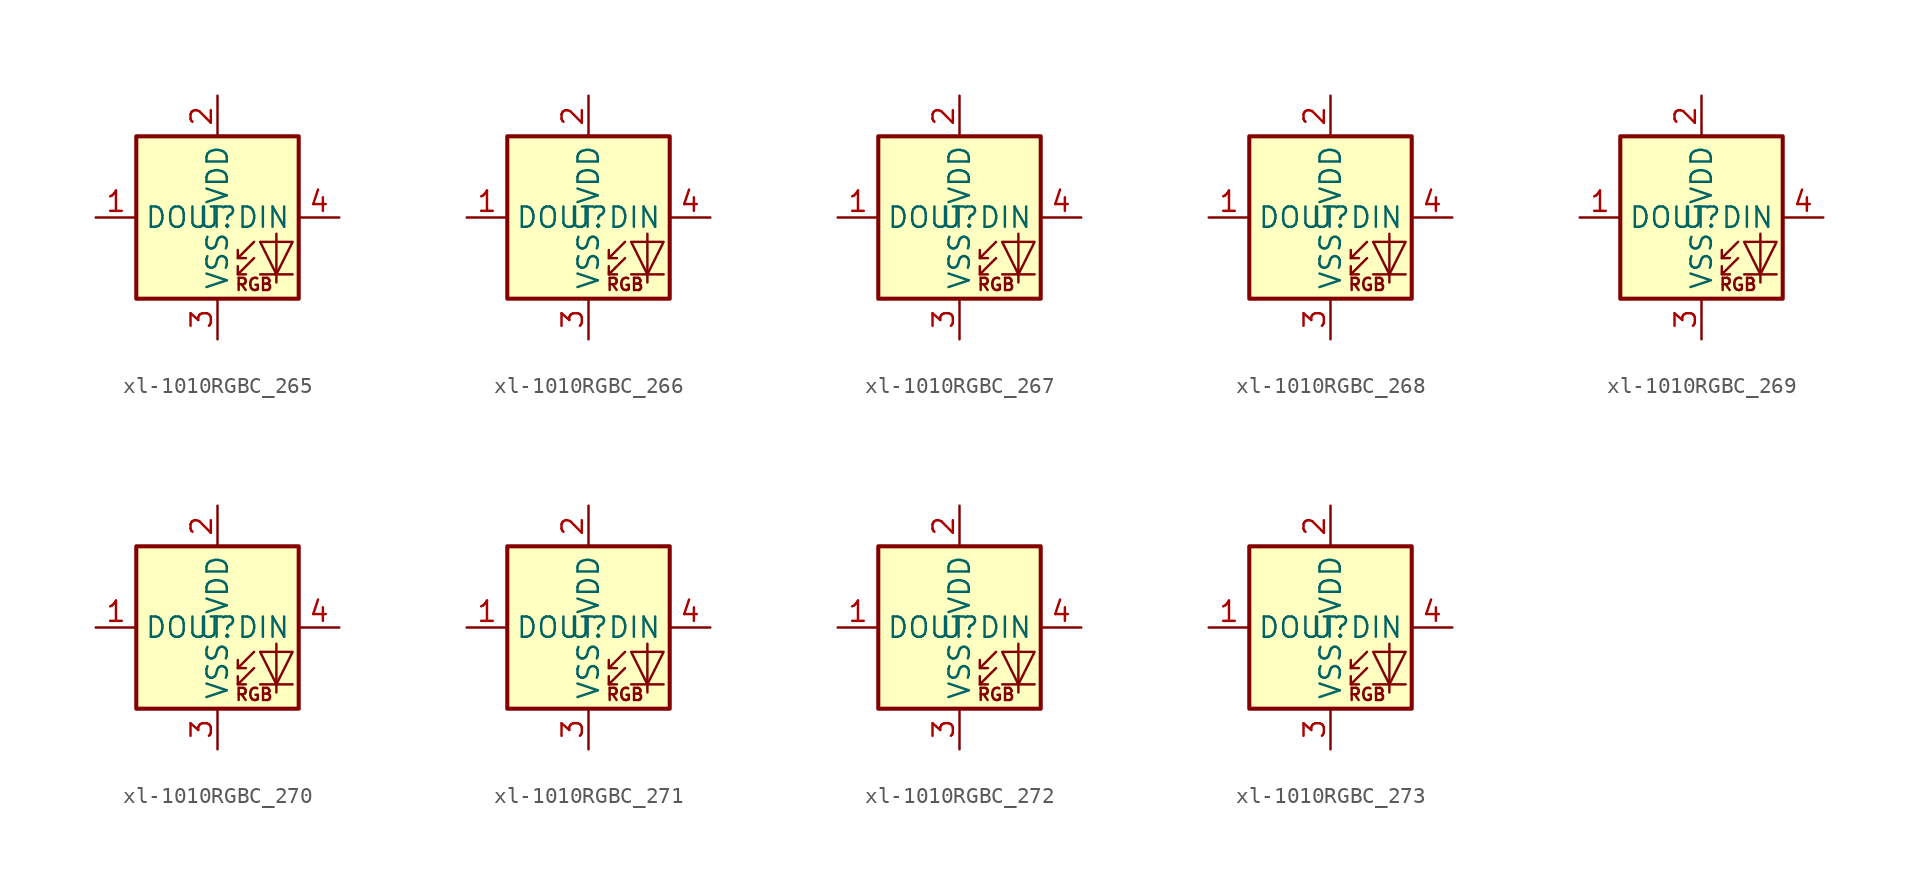
<source format=kicad_sym>
(kicad_symbol_lib
  (version 20231120)
  (generator "kicad_symbol_editor")
  (generator_version "8.0")
  (symbol "xl-1010RGBC_265"
    (property "Reference" "U"
      (at 0 0 0)
      (effects (font (size 1.27 1.27))))
    (property "Value" ""
      (at 0 0 0)
      (effects (font (size 1.27 1.27))))
    (symbol "xl-1010RGBC_265_0_0"
      (text "RGB" (at 2.286 -4.191 0) (effects (font (size 0.762 0.762)))))
    (symbol "xl-1010RGBC_265_0_1"
      (polyline (pts (xy 1.27 -3.556) (xy 1.778 -3.556)) (stroke (width 0) (type default)) (fill (type none)))
      (polyline (pts (xy 1.27 -2.54) (xy 1.778 -2.54)) (stroke (width 0) (type default)) (fill (type none)))
      (polyline (pts (xy 4.699 -3.556) (xy 2.667 -3.556)) (stroke (width 0) (type default)) (fill (type none)))
      (polyline (pts (xy 2.286 -2.54) (xy 1.27 -3.556) (xy 1.27 -3.048)) (stroke (width 0) (type default)) (fill (type none)))
      (polyline (pts (xy 2.286 -1.524) (xy 1.27 -2.54) (xy 1.27 -2.032)) (stroke (width 0) (type default)) (fill (type none)))
      (polyline (pts (xy 3.683 -1.016) (xy 3.683 -3.556) (xy 3.683 -4.064)) (stroke (width 0) (type default)) (fill (type none)))
      (polyline (pts (xy 4.699 -1.524) (xy 2.667 -1.524) (xy 3.683 -3.556) (xy 4.699 -1.524)) (stroke (width 0) (type default)) (fill (type none)))
      (rectangle (start 5.08 5.08) (end -5.08 -5.08) (stroke (width 0.254) (type default)) (fill (type background))))
    (symbol "xl-1010RGBC_265_1_1"
      (pin output line (at -7.62 0 0) (length 2.54) (name "DOUT" (effects (font (size 1.27 1.27)))) (number "1" (effects (font (size 1.27 1.27)))))
      (pin power_in line (at 0 7.62 270) (length 2.54) (name "VDD" (effects (font (size 1.27 1.27)))) (number "2" (effects (font (size 1.27 1.27)))))
      (pin power_in line (at 0 -7.62 90) (length 2.54) (name "VSS" (effects (font (size 1.27 1.27)))) (number "3" (effects (font (size 1.27 1.27)))))
      (pin input line (at 7.62 0 180) (length 2.54) (name "DIN" (effects (font (size 1.27 1.27)))) (number "4" (effects (font (size 1.27 1.27)))))))
  (symbol "xl-1010RGBC_266"
    (property "Reference" "U"
      (at 0 0 0)
      (effects (font (size 1.27 1.27))))
    (property "Value" ""
      (at 0 0 0)
      (effects (font (size 1.27 1.27))))
    (symbol "xl-1010RGBC_266_0_0"
      (text "RGB" (at 2.286 -4.191 0) (effects (font (size 0.762 0.762)))))
    (symbol "xl-1010RGBC_266_0_1"
      (polyline (pts (xy 1.27 -3.556) (xy 1.778 -3.556)) (stroke (width 0) (type default)) (fill (type none)))
      (polyline (pts (xy 1.27 -2.54) (xy 1.778 -2.54)) (stroke (width 0) (type default)) (fill (type none)))
      (polyline (pts (xy 4.699 -3.556) (xy 2.667 -3.556)) (stroke (width 0) (type default)) (fill (type none)))
      (polyline (pts (xy 2.286 -2.54) (xy 1.27 -3.556) (xy 1.27 -3.048)) (stroke (width 0) (type default)) (fill (type none)))
      (polyline (pts (xy 2.286 -1.524) (xy 1.27 -2.54) (xy 1.27 -2.032)) (stroke (width 0) (type default)) (fill (type none)))
      (polyline (pts (xy 3.683 -1.016) (xy 3.683 -3.556) (xy 3.683 -4.064)) (stroke (width 0) (type default)) (fill (type none)))
      (polyline (pts (xy 4.699 -1.524) (xy 2.667 -1.524) (xy 3.683 -3.556) (xy 4.699 -1.524)) (stroke (width 0) (type default)) (fill (type none)))
      (rectangle (start 5.08 5.08) (end -5.08 -5.08) (stroke (width 0.254) (type default)) (fill (type background))))
    (symbol "xl-1010RGBC_266_1_1"
      (pin output line (at -7.62 0 0) (length 2.54) (name "DOUT" (effects (font (size 1.27 1.27)))) (number "1" (effects (font (size 1.27 1.27)))))
      (pin power_in line (at 0 7.62 270) (length 2.54) (name "VDD" (effects (font (size 1.27 1.27)))) (number "2" (effects (font (size 1.27 1.27)))))
      (pin power_in line (at 0 -7.62 90) (length 2.54) (name "VSS" (effects (font (size 1.27 1.27)))) (number "3" (effects (font (size 1.27 1.27)))))
      (pin input line (at 7.62 0 180) (length 2.54) (name "DIN" (effects (font (size 1.27 1.27)))) (number "4" (effects (font (size 1.27 1.27)))))))
  (symbol "xl-1010RGBC_267"
    (property "Reference" "U"
      (at 0 0 0)
      (effects (font (size 1.27 1.27))))
    (property "Value" ""
      (at 0 0 0)
      (effects (font (size 1.27 1.27))))
    (symbol "xl-1010RGBC_267_0_0"
      (text "RGB" (at 2.286 -4.191 0) (effects (font (size 0.762 0.762)))))
    (symbol "xl-1010RGBC_267_0_1"
      (polyline (pts (xy 1.27 -3.556) (xy 1.778 -3.556)) (stroke (width 0) (type default)) (fill (type none)))
      (polyline (pts (xy 1.27 -2.54) (xy 1.778 -2.54)) (stroke (width 0) (type default)) (fill (type none)))
      (polyline (pts (xy 4.699 -3.556) (xy 2.667 -3.556)) (stroke (width 0) (type default)) (fill (type none)))
      (polyline (pts (xy 2.286 -2.54) (xy 1.27 -3.556) (xy 1.27 -3.048)) (stroke (width 0) (type default)) (fill (type none)))
      (polyline (pts (xy 2.286 -1.524) (xy 1.27 -2.54) (xy 1.27 -2.032)) (stroke (width 0) (type default)) (fill (type none)))
      (polyline (pts (xy 3.683 -1.016) (xy 3.683 -3.556) (xy 3.683 -4.064)) (stroke (width 0) (type default)) (fill (type none)))
      (polyline (pts (xy 4.699 -1.524) (xy 2.667 -1.524) (xy 3.683 -3.556) (xy 4.699 -1.524)) (stroke (width 0) (type default)) (fill (type none)))
      (rectangle (start 5.08 5.08) (end -5.08 -5.08) (stroke (width 0.254) (type default)) (fill (type background))))
    (symbol "xl-1010RGBC_267_1_1"
      (pin output line (at -7.62 0 0) (length 2.54) (name "DOUT" (effects (font (size 1.27 1.27)))) (number "1" (effects (font (size 1.27 1.27)))))
      (pin power_in line (at 0 7.62 270) (length 2.54) (name "VDD" (effects (font (size 1.27 1.27)))) (number "2" (effects (font (size 1.27 1.27)))))
      (pin power_in line (at 0 -7.62 90) (length 2.54) (name "VSS" (effects (font (size 1.27 1.27)))) (number "3" (effects (font (size 1.27 1.27)))))
      (pin input line (at 7.62 0 180) (length 2.54) (name "DIN" (effects (font (size 1.27 1.27)))) (number "4" (effects (font (size 1.27 1.27)))))))
  (symbol "xl-1010RGBC_268"
    (property "Reference" "U"
      (at 0 0 0)
      (effects (font (size 1.27 1.27))))
    (property "Value" ""
      (at 0 0 0)
      (effects (font (size 1.27 1.27))))
    (symbol "xl-1010RGBC_268_0_0"
      (text "RGB" (at 2.286 -4.191 0) (effects (font (size 0.762 0.762)))))
    (symbol "xl-1010RGBC_268_0_1"
      (polyline (pts (xy 1.27 -3.556) (xy 1.778 -3.556)) (stroke (width 0) (type default)) (fill (type none)))
      (polyline (pts (xy 1.27 -2.54) (xy 1.778 -2.54)) (stroke (width 0) (type default)) (fill (type none)))
      (polyline (pts (xy 4.699 -3.556) (xy 2.667 -3.556)) (stroke (width 0) (type default)) (fill (type none)))
      (polyline (pts (xy 2.286 -2.54) (xy 1.27 -3.556) (xy 1.27 -3.048)) (stroke (width 0) (type default)) (fill (type none)))
      (polyline (pts (xy 2.286 -1.524) (xy 1.27 -2.54) (xy 1.27 -2.032)) (stroke (width 0) (type default)) (fill (type none)))
      (polyline (pts (xy 3.683 -1.016) (xy 3.683 -3.556) (xy 3.683 -4.064)) (stroke (width 0) (type default)) (fill (type none)))
      (polyline (pts (xy 4.699 -1.524) (xy 2.667 -1.524) (xy 3.683 -3.556) (xy 4.699 -1.524)) (stroke (width 0) (type default)) (fill (type none)))
      (rectangle (start 5.08 5.08) (end -5.08 -5.08) (stroke (width 0.254) (type default)) (fill (type background))))
    (symbol "xl-1010RGBC_268_1_1"
      (pin output line (at -7.62 0 0) (length 2.54) (name "DOUT" (effects (font (size 1.27 1.27)))) (number "1" (effects (font (size 1.27 1.27)))))
      (pin power_in line (at 0 7.62 270) (length 2.54) (name "VDD" (effects (font (size 1.27 1.27)))) (number "2" (effects (font (size 1.27 1.27)))))
      (pin power_in line (at 0 -7.62 90) (length 2.54) (name "VSS" (effects (font (size 1.27 1.27)))) (number "3" (effects (font (size 1.27 1.27)))))
      (pin input line (at 7.62 0 180) (length 2.54) (name "DIN" (effects (font (size 1.27 1.27)))) (number "4" (effects (font (size 1.27 1.27)))))))
  (symbol "xl-1010RGBC_269"
    (property "Reference" "U"
      (at 0 0 0)
      (effects (font (size 1.27 1.27))))
    (property "Value" ""
      (at 0 0 0)
      (effects (font (size 1.27 1.27))))
    (symbol "xl-1010RGBC_269_0_0"
      (text "RGB" (at 2.286 -4.191 0) (effects (font (size 0.762 0.762)))))
    (symbol "xl-1010RGBC_269_0_1"
      (polyline (pts (xy 1.27 -3.556) (xy 1.778 -3.556)) (stroke (width 0) (type default)) (fill (type none)))
      (polyline (pts (xy 1.27 -2.54) (xy 1.778 -2.54)) (stroke (width 0) (type default)) (fill (type none)))
      (polyline (pts (xy 4.699 -3.556) (xy 2.667 -3.556)) (stroke (width 0) (type default)) (fill (type none)))
      (polyline (pts (xy 2.286 -2.54) (xy 1.27 -3.556) (xy 1.27 -3.048)) (stroke (width 0) (type default)) (fill (type none)))
      (polyline (pts (xy 2.286 -1.524) (xy 1.27 -2.54) (xy 1.27 -2.032)) (stroke (width 0) (type default)) (fill (type none)))
      (polyline (pts (xy 3.683 -1.016) (xy 3.683 -3.556) (xy 3.683 -4.064)) (stroke (width 0) (type default)) (fill (type none)))
      (polyline (pts (xy 4.699 -1.524) (xy 2.667 -1.524) (xy 3.683 -3.556) (xy 4.699 -1.524)) (stroke (width 0) (type default)) (fill (type none)))
      (rectangle (start 5.08 5.08) (end -5.08 -5.08) (stroke (width 0.254) (type default)) (fill (type background))))
    (symbol "xl-1010RGBC_269_1_1"
      (pin output line (at -7.62 0 0) (length 2.54) (name "DOUT" (effects (font (size 1.27 1.27)))) (number "1" (effects (font (size 1.27 1.27)))))
      (pin power_in line (at 0 7.62 270) (length 2.54) (name "VDD" (effects (font (size 1.27 1.27)))) (number "2" (effects (font (size 1.27 1.27)))))
      (pin power_in line (at 0 -7.62 90) (length 2.54) (name "VSS" (effects (font (size 1.27 1.27)))) (number "3" (effects (font (size 1.27 1.27)))))
      (pin input line (at 7.62 0 180) (length 2.54) (name "DIN" (effects (font (size 1.27 1.27)))) (number "4" (effects (font (size 1.27 1.27)))))))
  (symbol "xl-1010RGBC_270"
    (property "Reference" "U"
      (at 0 0 0)
      (effects (font (size 1.27 1.27))))
    (property "Value" ""
      (at 0 0 0)
      (effects (font (size 1.27 1.27))))
    (symbol "xl-1010RGBC_270_0_0"
      (text "RGB" (at 2.286 -4.191 0) (effects (font (size 0.762 0.762)))))
    (symbol "xl-1010RGBC_270_0_1"
      (polyline (pts (xy 1.27 -3.556) (xy 1.778 -3.556)) (stroke (width 0) (type default)) (fill (type none)))
      (polyline (pts (xy 1.27 -2.54) (xy 1.778 -2.54)) (stroke (width 0) (type default)) (fill (type none)))
      (polyline (pts (xy 4.699 -3.556) (xy 2.667 -3.556)) (stroke (width 0) (type default)) (fill (type none)))
      (polyline (pts (xy 2.286 -2.54) (xy 1.27 -3.556) (xy 1.27 -3.048)) (stroke (width 0) (type default)) (fill (type none)))
      (polyline (pts (xy 2.286 -1.524) (xy 1.27 -2.54) (xy 1.27 -2.032)) (stroke (width 0) (type default)) (fill (type none)))
      (polyline (pts (xy 3.683 -1.016) (xy 3.683 -3.556) (xy 3.683 -4.064)) (stroke (width 0) (type default)) (fill (type none)))
      (polyline (pts (xy 4.699 -1.524) (xy 2.667 -1.524) (xy 3.683 -3.556) (xy 4.699 -1.524)) (stroke (width 0) (type default)) (fill (type none)))
      (rectangle (start 5.08 5.08) (end -5.08 -5.08) (stroke (width 0.254) (type default)) (fill (type background))))
    (symbol "xl-1010RGBC_270_1_1"
      (pin output line (at -7.62 0 0) (length 2.54) (name "DOUT" (effects (font (size 1.27 1.27)))) (number "1" (effects (font (size 1.27 1.27)))))
      (pin power_in line (at 0 7.62 270) (length 2.54) (name "VDD" (effects (font (size 1.27 1.27)))) (number "2" (effects (font (size 1.27 1.27)))))
      (pin power_in line (at 0 -7.62 90) (length 2.54) (name "VSS" (effects (font (size 1.27 1.27)))) (number "3" (effects (font (size 1.27 1.27)))))
      (pin input line (at 7.62 0 180) (length 2.54) (name "DIN" (effects (font (size 1.27 1.27)))) (number "4" (effects (font (size 1.27 1.27)))))))
  (symbol "xl-1010RGBC_271"
    (property "Reference" "U"
      (at 0 0 0)
      (effects (font (size 1.27 1.27))))
    (property "Value" ""
      (at 0 0 0)
      (effects (font (size 1.27 1.27))))
    (symbol "xl-1010RGBC_271_0_0"
      (text "RGB" (at 2.286 -4.191 0) (effects (font (size 0.762 0.762)))))
    (symbol "xl-1010RGBC_271_0_1"
      (polyline (pts (xy 1.27 -3.556) (xy 1.778 -3.556)) (stroke (width 0) (type default)) (fill (type none)))
      (polyline (pts (xy 1.27 -2.54) (xy 1.778 -2.54)) (stroke (width 0) (type default)) (fill (type none)))
      (polyline (pts (xy 4.699 -3.556) (xy 2.667 -3.556)) (stroke (width 0) (type default)) (fill (type none)))
      (polyline (pts (xy 2.286 -2.54) (xy 1.27 -3.556) (xy 1.27 -3.048)) (stroke (width 0) (type default)) (fill (type none)))
      (polyline (pts (xy 2.286 -1.524) (xy 1.27 -2.54) (xy 1.27 -2.032)) (stroke (width 0) (type default)) (fill (type none)))
      (polyline (pts (xy 3.683 -1.016) (xy 3.683 -3.556) (xy 3.683 -4.064)) (stroke (width 0) (type default)) (fill (type none)))
      (polyline (pts (xy 4.699 -1.524) (xy 2.667 -1.524) (xy 3.683 -3.556) (xy 4.699 -1.524)) (stroke (width 0) (type default)) (fill (type none)))
      (rectangle (start 5.08 5.08) (end -5.08 -5.08) (stroke (width 0.254) (type default)) (fill (type background))))
    (symbol "xl-1010RGBC_271_1_1"
      (pin output line (at -7.62 0 0) (length 2.54) (name "DOUT" (effects (font (size 1.27 1.27)))) (number "1" (effects (font (size 1.27 1.27)))))
      (pin power_in line (at 0 7.62 270) (length 2.54) (name "VDD" (effects (font (size 1.27 1.27)))) (number "2" (effects (font (size 1.27 1.27)))))
      (pin power_in line (at 0 -7.62 90) (length 2.54) (name "VSS" (effects (font (size 1.27 1.27)))) (number "3" (effects (font (size 1.27 1.27)))))
      (pin input line (at 7.62 0 180) (length 2.54) (name "DIN" (effects (font (size 1.27 1.27)))) (number "4" (effects (font (size 1.27 1.27)))))))
  (symbol "xl-1010RGBC_272"
    (property "Reference" "U"
      (at 0 0 0)
      (effects (font (size 1.27 1.27))))
    (property "Value" ""
      (at 0 0 0)
      (effects (font (size 1.27 1.27))))
    (symbol "xl-1010RGBC_272_0_0"
      (text "RGB" (at 2.286 -4.191 0) (effects (font (size 0.762 0.762)))))
    (symbol "xl-1010RGBC_272_0_1"
      (polyline (pts (xy 1.27 -3.556) (xy 1.778 -3.556)) (stroke (width 0) (type default)) (fill (type none)))
      (polyline (pts (xy 1.27 -2.54) (xy 1.778 -2.54)) (stroke (width 0) (type default)) (fill (type none)))
      (polyline (pts (xy 4.699 -3.556) (xy 2.667 -3.556)) (stroke (width 0) (type default)) (fill (type none)))
      (polyline (pts (xy 2.286 -2.54) (xy 1.27 -3.556) (xy 1.27 -3.048)) (stroke (width 0) (type default)) (fill (type none)))
      (polyline (pts (xy 2.286 -1.524) (xy 1.27 -2.54) (xy 1.27 -2.032)) (stroke (width 0) (type default)) (fill (type none)))
      (polyline (pts (xy 3.683 -1.016) (xy 3.683 -3.556) (xy 3.683 -4.064)) (stroke (width 0) (type default)) (fill (type none)))
      (polyline (pts (xy 4.699 -1.524) (xy 2.667 -1.524) (xy 3.683 -3.556) (xy 4.699 -1.524)) (stroke (width 0) (type default)) (fill (type none)))
      (rectangle (start 5.08 5.08) (end -5.08 -5.08) (stroke (width 0.254) (type default)) (fill (type background))))
    (symbol "xl-1010RGBC_272_1_1"
      (pin output line (at -7.62 0 0) (length 2.54) (name "DOUT" (effects (font (size 1.27 1.27)))) (number "1" (effects (font (size 1.27 1.27)))))
      (pin power_in line (at 0 7.62 270) (length 2.54) (name "VDD" (effects (font (size 1.27 1.27)))) (number "2" (effects (font (size 1.27 1.27)))))
      (pin power_in line (at 0 -7.62 90) (length 2.54) (name "VSS" (effects (font (size 1.27 1.27)))) (number "3" (effects (font (size 1.27 1.27)))))
      (pin input line (at 7.62 0 180) (length 2.54) (name "DIN" (effects (font (size 1.27 1.27)))) (number "4" (effects (font (size 1.27 1.27)))))))
  (symbol "xl-1010RGBC_273"
    (property "Reference" "U"
      (at 0 0 0)
      (effects (font (size 1.27 1.27))))
    (property "Value" ""
      (at 0 0 0)
      (effects (font (size 1.27 1.27))))
    (symbol "xl-1010RGBC_273_0_0"
      (text "RGB" (at 2.286 -4.191 0) (effects (font (size 0.762 0.762)))))
    (symbol "xl-1010RGBC_273_0_1"
      (polyline (pts (xy 1.27 -3.556) (xy 1.778 -3.556)) (stroke (width 0) (type default)) (fill (type none)))
      (polyline (pts (xy 1.27 -2.54) (xy 1.778 -2.54)) (stroke (width 0) (type default)) (fill (type none)))
      (polyline (pts (xy 4.699 -3.556) (xy 2.667 -3.556)) (stroke (width 0) (type default)) (fill (type none)))
      (polyline (pts (xy 2.286 -2.54) (xy 1.27 -3.556) (xy 1.27 -3.048)) (stroke (width 0) (type default)) (fill (type none)))
      (polyline (pts (xy 2.286 -1.524) (xy 1.27 -2.54) (xy 1.27 -2.032)) (stroke (width 0) (type default)) (fill (type none)))
      (polyline (pts (xy 3.683 -1.016) (xy 3.683 -3.556) (xy 3.683 -4.064)) (stroke (width 0) (type default)) (fill (type none)))
      (polyline (pts (xy 4.699 -1.524) (xy 2.667 -1.524) (xy 3.683 -3.556) (xy 4.699 -1.524)) (stroke (width 0) (type default)) (fill (type none)))
      (rectangle (start 5.08 5.08) (end -5.08 -5.08) (stroke (width 0.254) (type default)) (fill (type background))))
    (symbol "xl-1010RGBC_273_1_1"
      (pin output line (at -7.62 0 0) (length 2.54) (name "DOUT" (effects (font (size 1.27 1.27)))) (number "1" (effects (font (size 1.27 1.27)))))
      (pin power_in line (at 0 7.62 270) (length 2.54) (name "VDD" (effects (font (size 1.27 1.27)))) (number "2" (effects (font (size 1.27 1.27)))))
      (pin power_in line (at 0 -7.62 90) (length 2.54) (name "VSS" (effects (font (size 1.27 1.27)))) (number "3" (effects (font (size 1.27 1.27)))))
      (pin input line (at 7.62 0 180) (length 2.54) (name "DIN" (effects (font (size 1.27 1.27)))) (number "4" (effects (font (size 1.27 1.27))))))))
</source>
